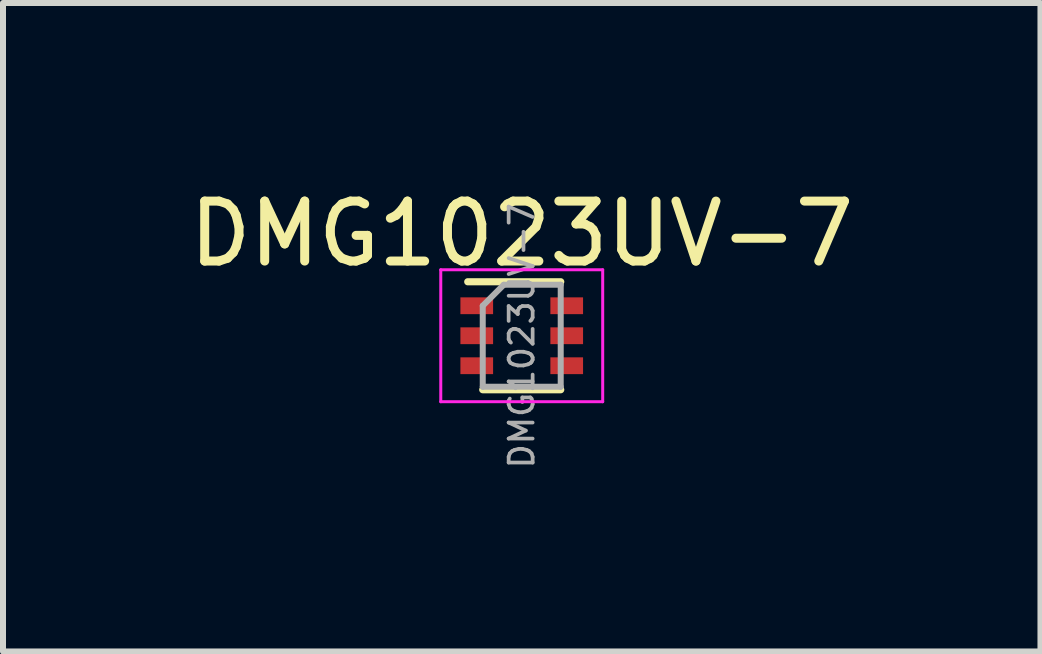
<source format=kicad_pcb>
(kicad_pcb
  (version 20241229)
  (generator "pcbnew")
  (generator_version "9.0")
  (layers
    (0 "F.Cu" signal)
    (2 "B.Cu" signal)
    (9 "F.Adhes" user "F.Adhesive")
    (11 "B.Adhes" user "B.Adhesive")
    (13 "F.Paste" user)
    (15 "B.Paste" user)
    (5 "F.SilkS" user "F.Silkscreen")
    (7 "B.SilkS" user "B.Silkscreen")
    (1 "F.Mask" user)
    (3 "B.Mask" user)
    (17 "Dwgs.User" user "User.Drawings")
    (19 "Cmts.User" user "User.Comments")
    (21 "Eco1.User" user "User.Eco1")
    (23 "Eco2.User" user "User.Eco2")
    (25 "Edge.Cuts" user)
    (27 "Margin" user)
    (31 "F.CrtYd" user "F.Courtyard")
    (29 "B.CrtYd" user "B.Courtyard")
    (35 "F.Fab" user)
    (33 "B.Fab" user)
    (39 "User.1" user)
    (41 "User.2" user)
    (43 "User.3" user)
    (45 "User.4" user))
  (footprint "DMG1023UV-7"
    (layer "F.Cu")
    (at 5.649 2.548)
    (property "Reference" "DMG1023UV-7" (at 0 -1.7 0) (layer "F.SilkS") (effects (font (size 1 1) (thickness 0.15))))
    (attr smd)
    (fp_line (start -0.9 -0.9) (end 0.65 -0.9) (stroke (width 0.12) (type solid)) (layer "F.SilkS"))
    (fp_line (start 0.65 0.9) (end -0.65 0.9) (stroke (width 0.12) (type solid)) (layer "F.SilkS"))
    (fp_line (start -1.35 -1.1) (end -1.35 1.1) (stroke (width 0.05) (type solid)) (layer "F.CrtYd"))
    (fp_line (start -1.35 -1.1) (end 1.35 -1.1) (stroke (width 0.05) (type solid)) (layer "F.CrtYd"))
    (fp_line (start 1.35 1.1) (end -1.35 1.1) (stroke (width 0.05) (type solid)) (layer "F.CrtYd"))
    (fp_line (start 1.35 1.1) (end 1.35 -1.1) (stroke (width 0.05) (type solid)) (layer "F.CrtYd"))
    (fp_line (start -0.65 -0.5) (end -0.65 0.85) (stroke (width 0.1) (type solid)) (layer "F.Fab"))
    (fp_line (start -0.65 -0.5) (end -0.3 -0.85) (stroke (width 0.1) (type solid)) (layer "F.Fab"))
    (fp_line (start -0.65 0.85) (end 0.65 0.85) (stroke (width 0.1) (type solid)) (layer "F.Fab"))
    (fp_line (start 0.65 -0.85) (end -0.3 -0.85) (stroke (width 0.1) (type solid)) (layer "F.Fab"))
    (fp_line (start 0.65 0.85) (end 0.65 -0.85) (stroke (width 0.1) (type solid)) (layer "F.Fab"))
    (fp_text user "${REFERENCE}" (at 0 0 90) (layer "F.Fab") (effects (font (size 0.4 0.4) (thickness 0.062))))
    (pad "1" smd rect (at -0.75 -0.5) (size 0.545 0.28) (layers "F.Cu" "F.Mask" "F.Paste"))
    (pad "2" smd rect (at -0.75 0) (size 0.545 0.28) (layers "F.Cu" "F.Mask" "F.Paste"))
    (pad "3" smd rect (at -0.75 0.5) (size 0.545 0.28) (layers "F.Cu" "F.Mask" "F.Paste"))
    (pad "4" smd rect (at 0.75 0.5) (size 0.545 0.28) (layers "F.Cu" "F.Mask" "F.Paste"))
    (pad "5" smd rect (at 0.75 0) (size 0.545 0.28) (layers "F.Cu" "F.Mask" "F.Paste"))
    (pad "6" smd rect (at 0.75 -0.5) (size 0.545 0.28) (layers "F.Cu" "F.Mask" "F.Paste")))
  (gr_rect
    (start -3 -3)
    (end 14.298 7.812)
    (stroke (width 0.1) (type default))
    (fill no)
    (layer "Edge.Cuts")))
</source>
